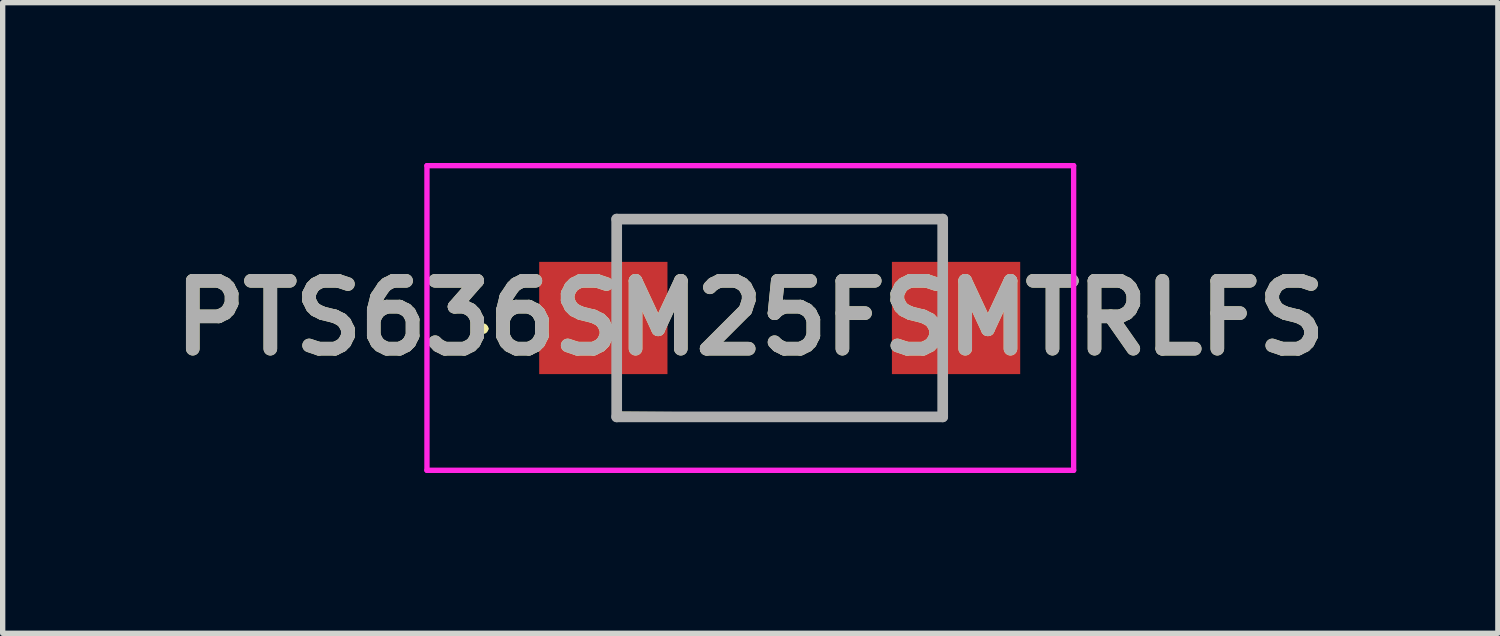
<source format=kicad_pcb>
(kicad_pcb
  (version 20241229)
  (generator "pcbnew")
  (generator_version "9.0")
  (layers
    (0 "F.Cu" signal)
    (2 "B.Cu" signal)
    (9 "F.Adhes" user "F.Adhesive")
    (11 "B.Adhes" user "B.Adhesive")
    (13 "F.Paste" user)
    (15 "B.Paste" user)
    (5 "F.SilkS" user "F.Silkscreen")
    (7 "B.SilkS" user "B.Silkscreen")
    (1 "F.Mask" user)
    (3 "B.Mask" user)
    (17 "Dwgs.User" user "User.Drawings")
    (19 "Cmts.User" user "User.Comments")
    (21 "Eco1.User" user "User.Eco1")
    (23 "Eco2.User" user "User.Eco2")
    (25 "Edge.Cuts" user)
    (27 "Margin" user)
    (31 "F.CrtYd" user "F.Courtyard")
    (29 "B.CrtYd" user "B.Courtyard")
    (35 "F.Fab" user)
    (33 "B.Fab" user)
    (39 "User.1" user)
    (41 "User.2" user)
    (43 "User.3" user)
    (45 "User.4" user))
  (footprint "PTS636SM25FSMTRLFS"
    (layer "F.Cu")
    (at 11.539 2.9)
    (property "Reference" "PTS636SM25FSMTRLFS" (at -0.55 0 0) (layer "F.SilkS") (effects (font (size 1.27 1.27) (thickness 0.254))))
    (attr smd)
    (fp_line (start -5.6 0.2) (end -5.6 0.2) (stroke (width 0.1) (type solid)) (layer "F.SilkS"))
    (fp_line (start -5.5 0.2) (end -5.5 0.2) (stroke (width 0.1) (type solid)) (layer "F.SilkS"))
    (fp_line (start -3.05 -1.85) (end 3.05 -1.85) (stroke (width 0.1) (type solid)) (layer "F.SilkS"))
    (fp_line (start -3.05 -1.2) (end -3.05 -1.85) (stroke (width 0.1) (type solid)) (layer "F.SilkS"))
    (fp_line (start -3.05 1.2) (end -3.05 1.8) (stroke (width 0.1) (type solid)) (layer "F.SilkS"))
    (fp_line (start -3.05 1.8) (end 3.05 1.85) (stroke (width 0.1) (type solid)) (layer "F.SilkS"))
    (fp_line (start 3.05 -1.85) (end 3.05 -1.2) (stroke (width 0.1) (type solid)) (layer "F.SilkS"))
    (fp_line (start 3.05 1.2) (end 3.05 1.2) (stroke (width 0.1) (type solid)) (layer "F.SilkS"))
    (fp_line (start 3.05 1.85) (end 3.05 1.2) (stroke (width 0.1) (type solid)) (layer "F.SilkS"))
    (fp_arc (start -5.6 0.2) (mid -5.55 0.15) (end -5.5 0.2) (stroke (width 0.1) (type solid)) (layer "F.SilkS"))
    (fp_arc (start -5.5 0.2) (mid -5.55 0.25) (end -5.6 0.2) (stroke (width 0.1) (type solid)) (layer "F.SilkS"))
    (fp_line (start -6.6 -2.85) (end 5.5 -2.85) (stroke (width 0.1) (type solid)) (layer "F.CrtYd"))
    (fp_line (start -6.6 2.85) (end -6.6 -2.85) (stroke (width 0.1) (type solid)) (layer "F.CrtYd"))
    (fp_line (start 5.5 -2.85) (end 5.5 2.85) (stroke (width 0.1) (type solid)) (layer "F.CrtYd"))
    (fp_line (start 5.5 2.85) (end -6.6 2.85) (stroke (width 0.1) (type solid)) (layer "F.CrtYd"))
    (fp_line (start -3.05 -1.85) (end 3.05 -1.85) (stroke (width 0.2) (type solid)) (layer "F.Fab"))
    (fp_line (start -3.05 1.85) (end -3.05 -1.85) (stroke (width 0.2) (type solid)) (layer "F.Fab"))
    (fp_line (start 3.05 -1.85) (end 3.05 1.85) (stroke (width 0.2) (type solid)) (layer "F.Fab"))
    (fp_line (start 3.05 1.85) (end -3.05 1.85) (stroke (width 0.2) (type solid)) (layer "F.Fab"))
    (fp_text user "${REFERENCE}" (at -0.55 0 0) (layer "F.Fab") (effects (font (size 1.27 1.27) (thickness 0.254))))
    (pad "1" smd rect (at -3.3 0 90) (size 2.1 2.4) (layers "F.Cu" "F.Mask" "F.Paste"))
    (pad "2" smd rect (at 3.3 0 90) (size 2.1 2.4) (layers "F.Cu" "F.Mask" "F.Paste")))
  (gr_rect
    (start -3 -3)
    (end 24.977 8.8)
    (stroke (width 0.1) (type default))
    (fill no)
    (layer "Edge.Cuts")))
</source>
